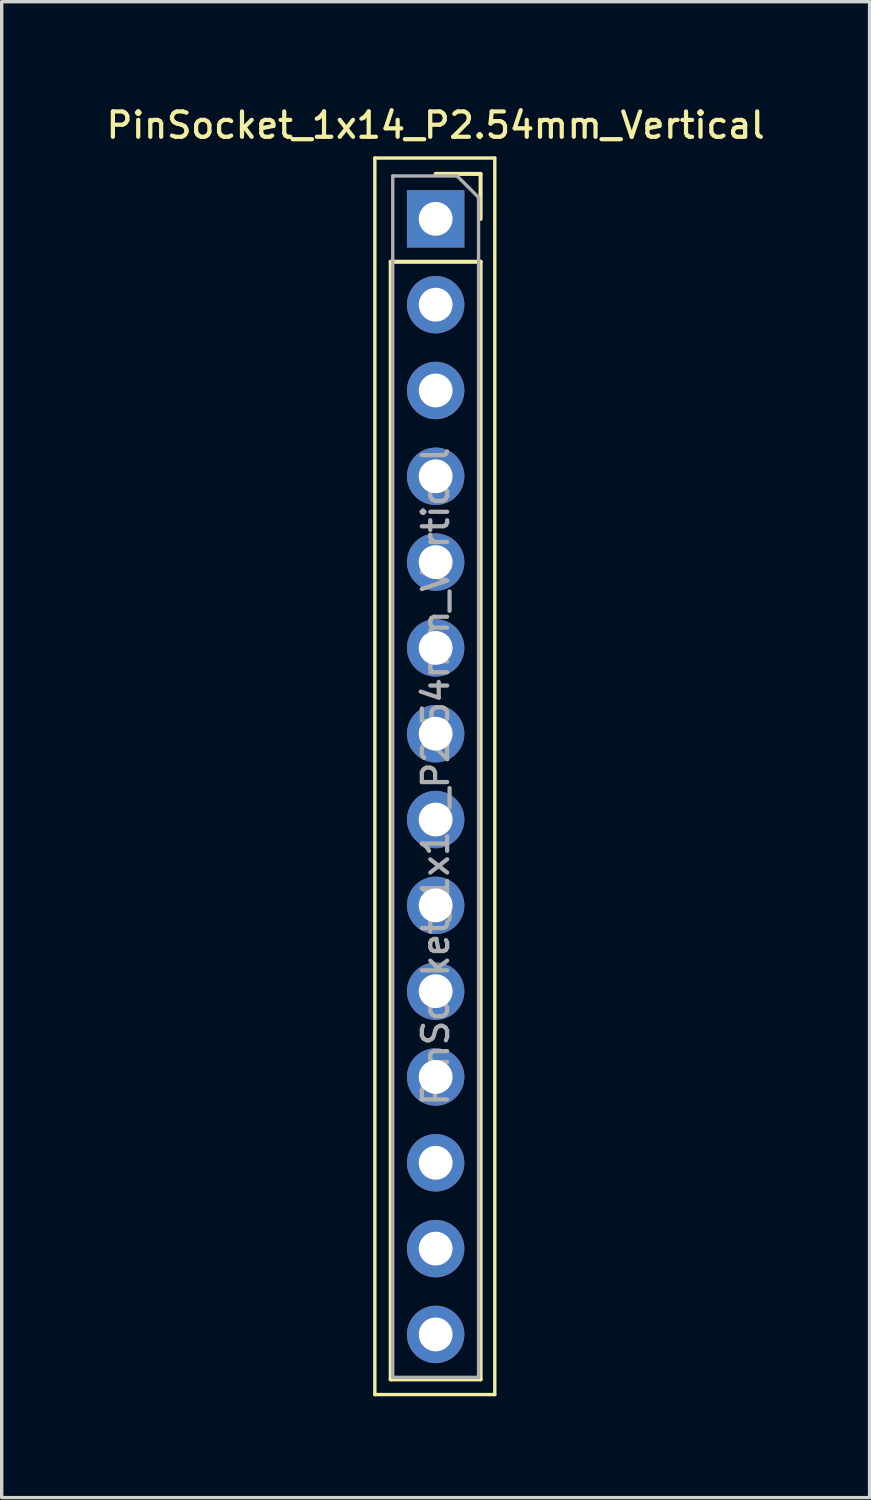
<source format=kicad_pcb>
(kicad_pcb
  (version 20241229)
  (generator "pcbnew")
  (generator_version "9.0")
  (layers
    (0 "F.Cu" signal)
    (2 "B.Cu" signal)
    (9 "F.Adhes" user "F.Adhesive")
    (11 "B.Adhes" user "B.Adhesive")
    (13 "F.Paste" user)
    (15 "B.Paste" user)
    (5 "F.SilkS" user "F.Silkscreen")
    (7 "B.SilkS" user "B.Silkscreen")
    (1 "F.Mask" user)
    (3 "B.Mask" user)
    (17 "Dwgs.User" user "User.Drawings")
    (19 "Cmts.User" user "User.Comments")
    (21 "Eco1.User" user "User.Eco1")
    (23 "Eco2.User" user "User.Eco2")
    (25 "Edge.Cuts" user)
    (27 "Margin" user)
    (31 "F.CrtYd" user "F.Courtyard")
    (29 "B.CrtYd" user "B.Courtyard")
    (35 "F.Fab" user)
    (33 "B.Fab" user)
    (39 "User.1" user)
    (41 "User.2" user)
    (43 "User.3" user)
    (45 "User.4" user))
  (footprint "PinSocket_1x14_P2.54mm_Vertical"
    (layer "F.Cu")
    (at 9.845 3.428)
    (property "Reference" "PinSocket_1x14_P2.54mm_Vertical" (at 0 -2.77 0) (layer "F.SilkS") (effects (font (size 0.75 0.75) (thickness 0.125))))
    (attr through_hole)
    (fp_line (start -1.8 -1.8) (end 1.75 -1.8) (stroke (width 0.1) (type solid)) (layer "F.SilkS"))
    (fp_line (start -1.8 34.8) (end -1.8 -1.8) (stroke (width 0.1) (type solid)) (layer "F.SilkS"))
    (fp_line (start -1.33 1.27) (end -1.33 34.35) (stroke (width 0.12) (type solid)) (layer "F.SilkS"))
    (fp_line (start -1.33 1.27) (end 1.33 1.27) (stroke (width 0.12) (type solid)) (layer "F.SilkS"))
    (fp_line (start -1.33 34.35) (end 1.33 34.35) (stroke (width 0.12) (type solid)) (layer "F.SilkS"))
    (fp_line (start 0 -1.33) (end 1.33 -1.33) (stroke (width 0.12) (type solid)) (layer "F.SilkS"))
    (fp_line (start 1.33 -1.33) (end 1.33 0) (stroke (width 0.12) (type solid)) (layer "F.SilkS"))
    (fp_line (start 1.33 1.27) (end 1.33 34.35) (stroke (width 0.12) (type solid)) (layer "F.SilkS"))
    (fp_line (start 1.75 -1.8) (end 1.75 34.8) (stroke (width 0.1) (type solid)) (layer "F.SilkS"))
    (fp_line (start 1.75 34.8) (end -1.8 34.8) (stroke (width 0.1) (type solid)) (layer "F.SilkS"))
    (fp_line (start -1.27 -1.27) (end 0.635 -1.27) (stroke (width 0.1) (type solid)) (layer "F.Fab"))
    (fp_line (start -1.27 34.29) (end -1.27 -1.27) (stroke (width 0.1) (type solid)) (layer "F.Fab"))
    (fp_line (start 0.635 -1.27) (end 1.27 -0.635) (stroke (width 0.1) (type solid)) (layer "F.Fab"))
    (fp_line (start 1.27 -0.635) (end 1.27 34.29) (stroke (width 0.1) (type solid)) (layer "F.Fab"))
    (fp_line (start 1.27 34.29) (end -1.27 34.29) (stroke (width 0.1) (type solid)) (layer "F.Fab"))
    (fp_text user "${REFERENCE}" (at 0 16.51 90) (layer "F.Fab") (effects (font (size 0.75 0.75) (thickness 0.125))))
    (pad "1" thru_hole rect (at 0 0) (size 1.7 1.7) (drill 1) (layers "*.Cu" "*.Mask"))
    (pad "2" thru_hole oval (at 0 2.54) (size 1.7 1.7) (drill 1) (layers "*.Cu" "*.Mask"))
    (pad "3" thru_hole oval (at 0 5.08) (size 1.7 1.7) (drill 1) (layers "*.Cu" "*.Mask"))
    (pad "4" thru_hole oval (at 0 7.62) (size 1.7 1.7) (drill 1) (layers "*.Cu" "*.Mask"))
    (pad "5" thru_hole oval (at 0 10.16) (size 1.7 1.7) (drill 1) (layers "*.Cu" "*.Mask"))
    (pad "6" thru_hole oval (at 0 12.7) (size 1.7 1.7) (drill 1) (layers "*.Cu" "*.Mask"))
    (pad "7" thru_hole oval (at 0 15.24) (size 1.7 1.7) (drill 1) (layers "*.Cu" "*.Mask"))
    (pad "8" thru_hole oval (at 0 17.78) (size 1.7 1.7) (drill 1) (layers "*.Cu" "*.Mask"))
    (pad "9" thru_hole oval (at 0 20.32) (size 1.7 1.7) (drill 1) (layers "*.Cu" "*.Mask"))
    (pad "10" thru_hole oval (at 0 22.86) (size 1.7 1.7) (drill 1) (layers "*.Cu" "*.Mask"))
    (pad "11" thru_hole oval (at 0 25.4) (size 1.7 1.7) (drill 1) (layers "*.Cu" "*.Mask"))
    (pad "12" thru_hole oval (at 0 27.94) (size 1.7 1.7) (drill 1) (layers "*.Cu" "*.Mask"))
    (pad "13" thru_hole oval (at 0 30.48) (size 1.7 1.7) (drill 1) (layers "*.Cu" "*.Mask"))
    (pad "14" thru_hole oval (at 0 33.02) (size 1.7 1.7) (drill 1) (layers "*.Cu" "*.Mask")))
  (gr_rect
    (start -3 -3)
    (end 22.689 41.278)
    (stroke (width 0.1) (type default))
    (fill no)
    (layer "Edge.Cuts")))
</source>
